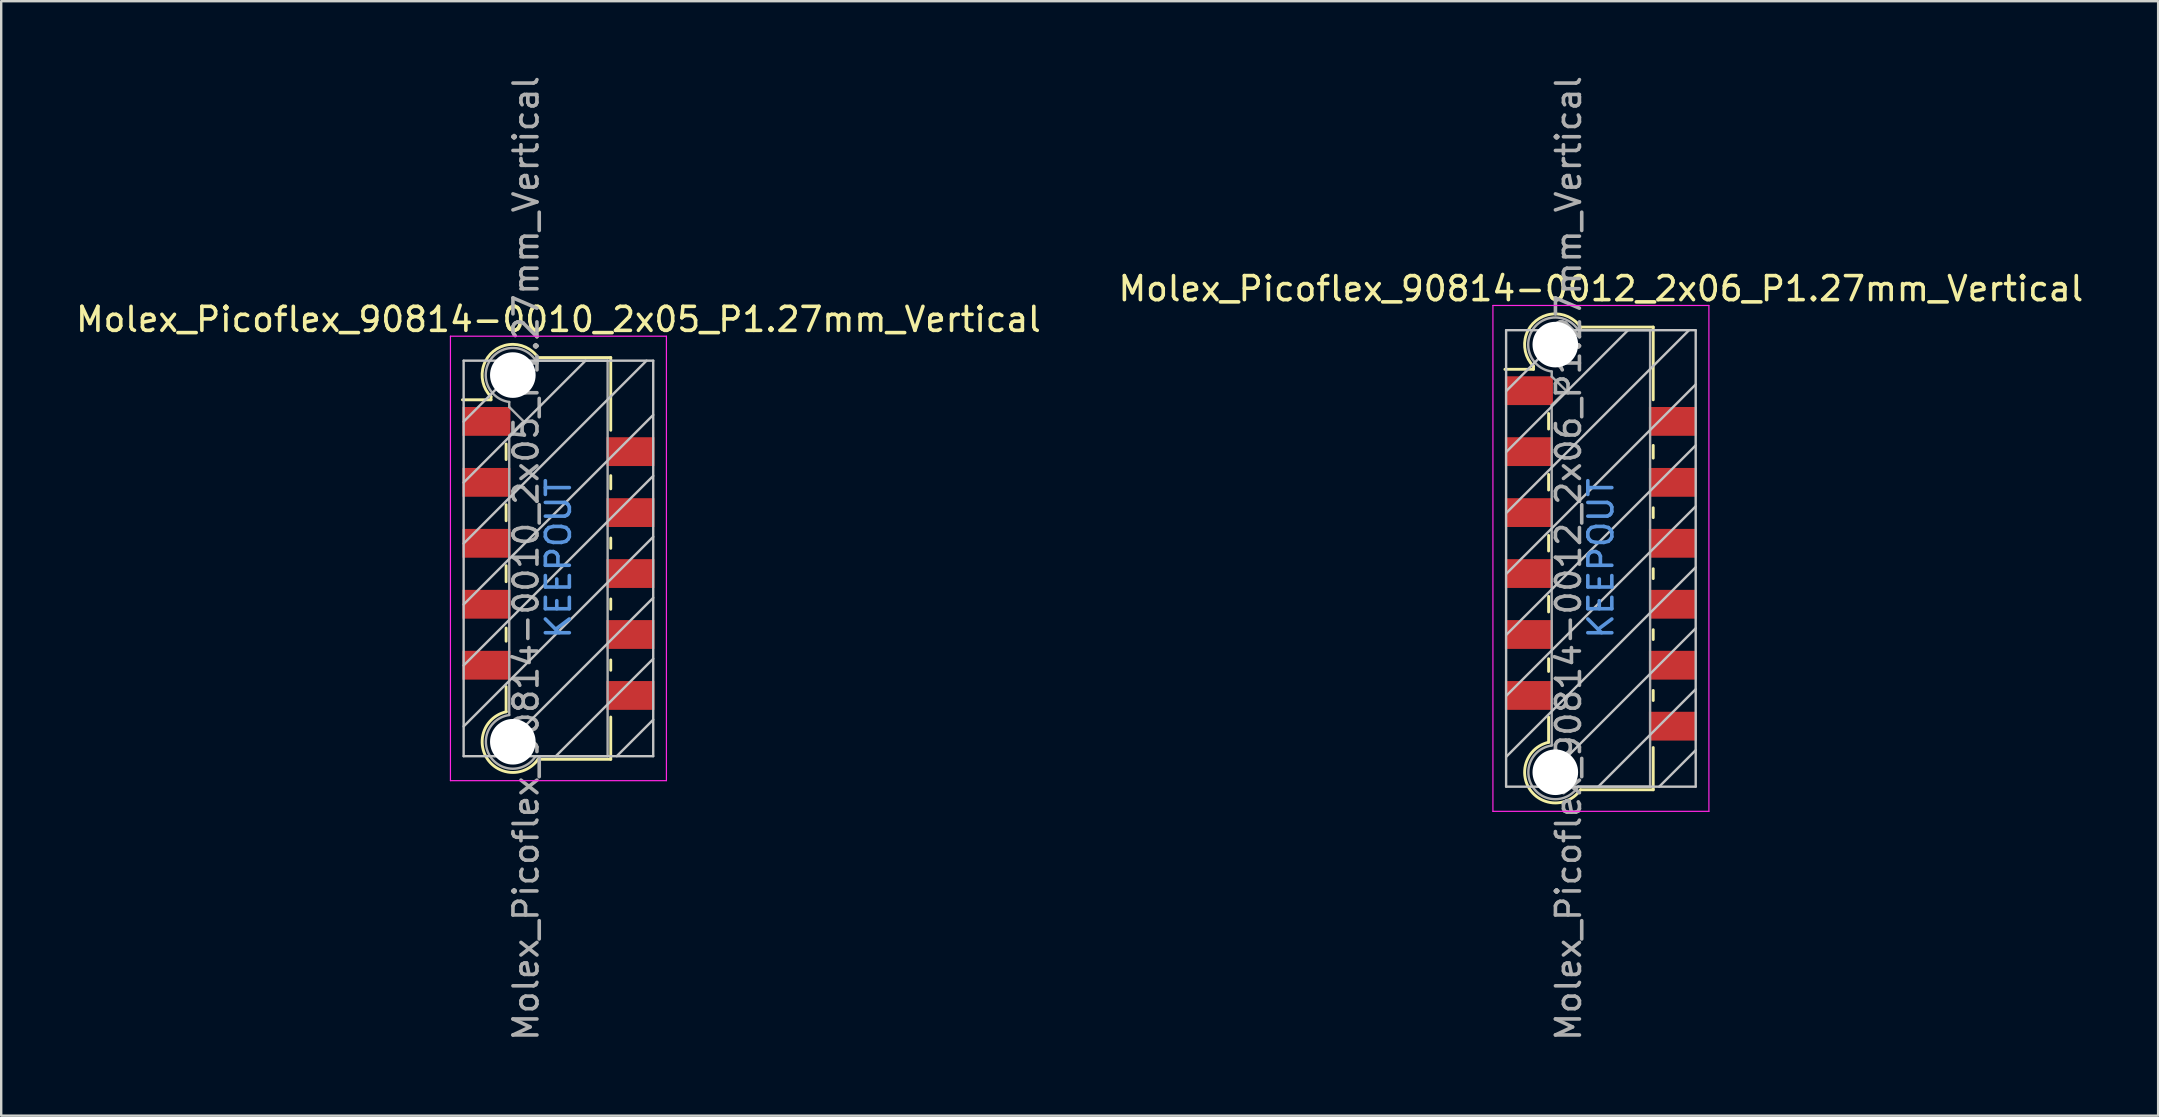
<source format=kicad_pcb>
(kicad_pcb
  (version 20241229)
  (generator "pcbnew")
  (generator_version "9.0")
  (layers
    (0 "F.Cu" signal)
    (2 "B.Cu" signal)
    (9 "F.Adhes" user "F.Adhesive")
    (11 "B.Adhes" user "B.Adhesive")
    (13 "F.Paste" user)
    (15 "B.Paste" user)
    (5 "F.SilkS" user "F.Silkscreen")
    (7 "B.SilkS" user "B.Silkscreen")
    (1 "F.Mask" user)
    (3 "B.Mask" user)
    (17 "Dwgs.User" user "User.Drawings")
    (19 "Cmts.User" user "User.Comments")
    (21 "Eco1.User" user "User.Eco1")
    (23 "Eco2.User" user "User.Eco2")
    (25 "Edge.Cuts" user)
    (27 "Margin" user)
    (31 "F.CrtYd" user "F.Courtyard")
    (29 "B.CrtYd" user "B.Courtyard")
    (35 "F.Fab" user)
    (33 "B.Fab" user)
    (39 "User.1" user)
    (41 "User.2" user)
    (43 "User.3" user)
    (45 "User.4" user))
  (footprint "Molex_Picoflex_90814-0010_2x05_P1.27mm_Vertical"
    (layer "F.Cu")
    (at 20.22 20.22)
    (property "Reference" "Molex_Picoflex_90814-0010_2x05_P1.27mm_Vertical" (at 0 -9.96 0) (layer "F.SilkS") (effects (font (size 1 1) (thickness 0.15))))
    (attr smd)
    (fp_line (start -2.81 -6.74) (end -2.81 -6.61) (stroke (width 0.12) (type solid)) (layer "F.SilkS"))
    (fp_line (start -2.81 -6.61) (end -4 -6.61) (stroke (width 0.12) (type solid)) (layer "F.SilkS"))
    (fp_line (start -2.18 -4.12) (end -2.18 -4.77) (stroke (width 0.12) (type solid)) (layer "F.SilkS"))
    (fp_line (start -2.18 -1.57) (end -2.18 -2.24) (stroke (width 0.12) (type solid)) (layer "F.SilkS"))
    (fp_line (start -2.18 0.97) (end -2.18 0.3) (stroke (width 0.12) (type solid)) (layer "F.SilkS"))
    (fp_line (start -2.18 3.45) (end -2.18 2.9) (stroke (width 0.12) (type solid)) (layer "F.SilkS"))
    (fp_line (start -2.18 6.39) (end -2.18 5.34) (stroke (width 0.12) (type solid)) (layer "F.SilkS"))
    (fp_line (start 2.18 -8.37) (end -0.82 -8.37) (stroke (width 0.12) (type solid)) (layer "F.SilkS"))
    (fp_line (start 2.18 -8.37) (end 2.18 -5.34) (stroke (width 0.12) (type solid)) (layer "F.SilkS"))
    (fp_line (start 2.18 -3.45) (end 2.18 -2.9) (stroke (width 0.12) (type solid)) (layer "F.SilkS"))
    (fp_line (start 2.18 -0.85) (end 2.18 -0.42) (stroke (width 0.12) (type solid)) (layer "F.SilkS"))
    (fp_line (start 2.18 1.69) (end 2.18 2.12) (stroke (width 0.12) (type solid)) (layer "F.SilkS"))
    (fp_line (start 2.18 4.23) (end 2.18 4.66) (stroke (width 0.12) (type solid)) (layer "F.SilkS"))
    (fp_line (start 2.18 6.61) (end 2.18 8.37) (stroke (width 0.12) (type solid)) (layer "F.SilkS"))
    (fp_line (start 2.18 8.37) (end -0.85 8.37) (stroke (width 0.12) (type solid)) (layer "F.SilkS"))
    (fp_arc (start -2.81 -6.74) (mid -2.708637 -8.632072) (end -0.834991 -8.349828) (stroke (width 0.12) (type solid)) (layer "F.SilkS"))
    (fp_arc (start -0.85 8.37) (mid -2.962791 8.351248) (end -2.174424 6.390964) (stroke (width 0.12) (type solid)) (layer "F.SilkS"))
    (fp_line (start -3.95 -8.24) (end -3.95 8.24) (stroke (width 0.1) (type solid)) (layer "Dwgs.User"))
    (fp_line (start -3.95 -5.7) (end -1.41 -8.24) (stroke (width 0.1) (type solid)) (layer "Dwgs.User"))
    (fp_line (start -3.95 -3.16) (end 1.13 -8.24) (stroke (width 0.1) (type solid)) (layer "Dwgs.User"))
    (fp_line (start -3.95 -0.62) (end 3.67 -8.24) (stroke (width 0.1) (type solid)) (layer "Dwgs.User"))
    (fp_line (start -3.95 1.92) (end 3.95 -5.98) (stroke (width 0.1) (type solid)) (layer "Dwgs.User"))
    (fp_line (start -3.95 4.46) (end 3.95 -3.44) (stroke (width 0.1) (type solid)) (layer "Dwgs.User"))
    (fp_line (start -3.95 7) (end 3.95 -0.9) (stroke (width 0.1) (type solid)) (layer "Dwgs.User"))
    (fp_line (start -3.95 8.24) (end 3.95 8.24) (stroke (width 0.1) (type solid)) (layer "Dwgs.User"))
    (fp_line (start -2.65 8.24) (end 3.95 1.64) (stroke (width 0.1) (type solid)) (layer "Dwgs.User"))
    (fp_line (start -0.11 8.24) (end 3.95 4.18) (stroke (width 0.1) (type solid)) (layer "Dwgs.User"))
    (fp_line (start 2.43 8.24) (end 3.95 6.72) (stroke (width 0.1) (type solid)) (layer "Dwgs.User"))
    (fp_line (start 3.95 -8.24) (end -3.95 -8.24) (stroke (width 0.1) (type solid)) (layer "Dwgs.User"))
    (fp_line (start 3.95 8.24) (end 3.95 -8.24) (stroke (width 0.1) (type solid)) (layer "Dwgs.User"))
    (fp_line (start -4.5 -9.26) (end -4.5 9.26) (stroke (width 0.05) (type solid)) (layer "F.CrtYd"))
    (fp_line (start -4.5 9.26) (end 4.5 9.26) (stroke (width 0.05) (type solid)) (layer "F.CrtYd"))
    (fp_line (start 4.5 -9.26) (end -4.5 -9.26) (stroke (width 0.05) (type solid)) (layer "F.CrtYd"))
    (fp_line (start 4.5 9.26) (end 4.5 -9.26) (stroke (width 0.05) (type solid)) (layer "F.CrtYd"))
    (fp_line (start -2.05 -6.31) (end -2.05 -6.52) (stroke (width 0.1) (type solid)) (layer "F.Fab"))
    (fp_line (start -2.05 -5.12) (end -1.45 -5.71) (stroke (width 0.1) (type solid)) (layer "F.Fab"))
    (fp_line (start -2.05 6.52) (end -2.05 -5.12) (stroke (width 0.1) (type solid)) (layer "F.Fab"))
    (fp_line (start -1.45 -5.71) (end -2.05 -6.31) (stroke (width 0.1) (type solid)) (layer "F.Fab"))
    (fp_line (start 2.05 -8.24) (end -0.93 -8.24) (stroke (width 0.1) (type solid)) (layer "F.Fab"))
    (fp_line (start 2.05 -8.24) (end 2.05 8.24) (stroke (width 0.1) (type solid)) (layer "F.Fab"))
    (fp_line (start 2.05 8.24) (end -0.95 8.24) (stroke (width 0.1) (type solid)) (layer "F.Fab"))
    (fp_arc (start -2.05 -6.52) (mid -2.851672 -8.249279) (end -0.945612 -8.245015) (stroke (width 0.1) (type solid)) (layer "F.Fab"))
    (fp_arc (start -0.95 8.24) (mid -2.845272 8.247422) (end -2.051022 6.526585) (stroke (width 0.1) (type solid)) (layer "F.Fab"))
    (fp_text user "KEEPOUT" (at 0 0 90) (layer "Cmts.User") (effects (font (size 1 1) (thickness 0.15))))
    (fp_text user "${REFERENCE}" (at -1.35 0 90) (layer "F.Fab") (effects (font (size 1 1) (thickness 0.15))))
    (pad "" np_thru_hole circle (at -1.9 -7.64) (size 1.9 1.9) (drill 1.9) (layers "*.Cu" "*.Mask"))
    (pad "" np_thru_hole circle (at -1.9 7.64) (size 1.9 1.9) (drill 1.9) (layers "*.Cu" "*.Mask"))
    (pad "1" smd rect (at -3 -5.71) (size 2 1.2) (layers "F.Cu" "F.Mask" "F.Paste"))
    (pad "2" smd rect (at 3 -4.45) (size 2 1.2) (layers "F.Cu" "F.Mask" "F.Paste"))
    (pad "3" smd rect (at -3 -3.17) (size 2 1.2) (layers "F.Cu" "F.Mask" "F.Paste"))
    (pad "4" smd rect (at 3 -1.91) (size 2 1.2) (layers "F.Cu" "F.Mask" "F.Paste"))
    (pad "5" smd rect (at -3 -0.63) (size 2 1.2) (layers "F.Cu" "F.Mask" "F.Paste"))
    (pad "6" smd rect (at 3 0.63) (size 2 1.2) (layers "F.Cu" "F.Mask" "F.Paste"))
    (pad "7" smd rect (at -3 1.91) (size 2 1.2) (layers "F.Cu" "F.Mask" "F.Paste"))
    (pad "8" smd rect (at 3 3.17) (size 2 1.2) (layers "F.Cu" "F.Mask" "F.Paste"))
    (pad "9" smd rect (at -3 4.45) (size 2 1.2) (layers "F.Cu" "F.Mask" "F.Paste"))
    (pad "10" smd rect (at 3 5.71) (size 2 1.2) (layers "F.Cu" "F.Mask" "F.Paste")))
  (footprint "Molex_Picoflex_90814-0012_2x06_P1.27mm_Vertical"
    (layer "F.Cu")
    (at 63.661 20.22)
    (property "Reference" "Molex_Picoflex_90814-0012_2x06_P1.27mm_Vertical" (at 0 -11.24 0) (layer "F.SilkS") (effects (font (size 1 1) (thickness 0.15))))
    (attr smd)
    (fp_line (start -2.81 -8.01) (end -2.81 -7.88) (stroke (width 0.12) (type solid)) (layer "F.SilkS"))
    (fp_line (start -2.81 -7.88) (end -4 -7.88) (stroke (width 0.12) (type solid)) (layer "F.SilkS"))
    (fp_line (start -2.18 -5.39) (end -2.18 -6.04) (stroke (width 0.12) (type solid)) (layer "F.SilkS"))
    (fp_line (start -2.18 -2.85) (end -2.18 -3.5) (stroke (width 0.12) (type solid)) (layer "F.SilkS"))
    (fp_line (start -2.18 -0.31) (end -2.18 -0.96) (stroke (width 0.12) (type solid)) (layer "F.SilkS"))
    (fp_line (start -2.18 2.23) (end -2.18 1.58) (stroke (width 0.12) (type solid)) (layer "F.SilkS"))
    (fp_line (start -2.18 4.71) (end -2.18 4.18) (stroke (width 0.12) (type solid)) (layer "F.SilkS"))
    (fp_line (start -2.18 7.66) (end -2.18 6.61) (stroke (width 0.12) (type solid)) (layer "F.SilkS"))
    (fp_line (start 2.18 -9.64) (end -0.82 -9.64) (stroke (width 0.12) (type solid)) (layer "F.SilkS"))
    (fp_line (start 2.18 -9.64) (end 2.18 -6.61) (stroke (width 0.12) (type solid)) (layer "F.SilkS"))
    (fp_line (start 2.18 -4.71) (end 2.18 -4.18) (stroke (width 0.12) (type solid)) (layer "F.SilkS"))
    (fp_line (start 2.18 -2.11) (end 2.18 -1.7) (stroke (width 0.12) (type solid)) (layer "F.SilkS"))
    (fp_line (start 2.18 0.43) (end 2.18 0.84) (stroke (width 0.12) (type solid)) (layer "F.SilkS"))
    (fp_line (start 2.18 2.97) (end 2.18 3.38) (stroke (width 0.12) (type solid)) (layer "F.SilkS"))
    (fp_line (start 2.18 5.5) (end 2.18 5.92) (stroke (width 0.12) (type solid)) (layer "F.SilkS"))
    (fp_line (start 2.18 7.88) (end 2.18 9.64) (stroke (width 0.12) (type solid)) (layer "F.SilkS"))
    (fp_line (start 2.18 9.64) (end -0.85 9.64) (stroke (width 0.12) (type solid)) (layer "F.SilkS"))
    (fp_arc (start -2.81 -8.01) (mid -2.708637 -9.902072) (end -0.834991 -9.619828) (stroke (width 0.12) (type solid)) (layer "F.SilkS"))
    (fp_arc (start -0.85 9.64) (mid -2.962791 9.621248) (end -2.174424 7.660964) (stroke (width 0.12) (type solid)) (layer "F.SilkS"))
    (fp_line (start -3.95 -9.51) (end -3.95 9.51) (stroke (width 0.1) (type solid)) (layer "Dwgs.User"))
    (fp_line (start -3.95 -6.97) (end -1.41 -9.51) (stroke (width 0.1) (type solid)) (layer "Dwgs.User"))
    (fp_line (start -3.95 -4.43) (end 1.13 -9.51) (stroke (width 0.1) (type solid)) (layer "Dwgs.User"))
    (fp_line (start -3.95 -1.89) (end 3.67 -9.51) (stroke (width 0.1) (type solid)) (layer "Dwgs.User"))
    (fp_line (start -3.95 0.65) (end 3.95 -7.25) (stroke (width 0.1) (type solid)) (layer "Dwgs.User"))
    (fp_line (start -3.95 3.19) (end 3.95 -4.71) (stroke (width 0.1) (type solid)) (layer "Dwgs.User"))
    (fp_line (start -3.95 5.73) (end 3.95 -2.17) (stroke (width 0.1) (type solid)) (layer "Dwgs.User"))
    (fp_line (start -3.95 8.27) (end 3.95 0.37) (stroke (width 0.1) (type solid)) (layer "Dwgs.User"))
    (fp_line (start -3.95 9.51) (end 3.95 9.51) (stroke (width 0.1) (type solid)) (layer "Dwgs.User"))
    (fp_line (start -2.65 9.51) (end 3.95 2.91) (stroke (width 0.1) (type solid)) (layer "Dwgs.User"))
    (fp_line (start -0.11 9.51) (end 3.95 5.45) (stroke (width 0.1) (type solid)) (layer "Dwgs.User"))
    (fp_line (start 2.43 9.51) (end 3.95 7.99) (stroke (width 0.1) (type solid)) (layer "Dwgs.User"))
    (fp_line (start 3.95 -9.51) (end -3.95 -9.51) (stroke (width 0.1) (type solid)) (layer "Dwgs.User"))
    (fp_line (start 3.95 9.51) (end 3.95 -9.51) (stroke (width 0.1) (type solid)) (layer "Dwgs.User"))
    (fp_line (start -4.5 -10.54) (end -4.5 10.54) (stroke (width 0.05) (type solid)) (layer "F.CrtYd"))
    (fp_line (start -4.5 10.54) (end 4.5 10.54) (stroke (width 0.05) (type solid)) (layer "F.CrtYd"))
    (fp_line (start 4.5 -10.54) (end -4.5 -10.54) (stroke (width 0.05) (type solid)) (layer "F.CrtYd"))
    (fp_line (start 4.5 10.54) (end 4.5 -10.54) (stroke (width 0.05) (type solid)) (layer "F.CrtYd"))
    (fp_line (start -2.05 -7.58) (end -2.05 -7.79) (stroke (width 0.1) (type solid)) (layer "F.Fab"))
    (fp_line (start -2.05 -6.39) (end -1.45 -6.99) (stroke (width 0.1) (type solid)) (layer "F.Fab"))
    (fp_line (start -2.05 7.79) (end -2.05 -6.39) (stroke (width 0.1) (type solid)) (layer "F.Fab"))
    (fp_line (start -1.45 -6.99) (end -2.05 -7.58) (stroke (width 0.1) (type solid)) (layer "F.Fab"))
    (fp_line (start 2.05 -9.51) (end -0.93 -9.51) (stroke (width 0.1) (type solid)) (layer "F.Fab"))
    (fp_line (start 2.05 -9.51) (end 2.05 9.51) (stroke (width 0.1) (type solid)) (layer "F.Fab"))
    (fp_line (start 2.05 9.51) (end -0.95 9.51) (stroke (width 0.1) (type solid)) (layer "F.Fab"))
    (fp_arc (start -2.05 -7.79) (mid -2.851672 -9.519279) (end -0.945612 -9.515015) (stroke (width 0.1) (type solid)) (layer "F.Fab"))
    (fp_arc (start -0.95 9.51) (mid -2.845272 9.517422) (end -2.051022 7.796585) (stroke (width 0.1) (type solid)) (layer "F.Fab"))
    (fp_text user "KEEPOUT" (at 0 0 90) (layer "Cmts.User") (effects (font (size 1 1) (thickness 0.15))))
    (fp_text user "${REFERENCE}" (at -1.35 0 90) (layer "F.Fab") (effects (font (size 1 1) (thickness 0.15))))
    (pad "" np_thru_hole circle (at -1.9 -8.91) (size 1.9 1.9) (drill 1.9) (layers "*.Cu" "*.Mask"))
    (pad "" np_thru_hole circle (at -1.9 8.91) (size 1.9 1.9) (drill 1.9) (layers "*.Cu" "*.Mask"))
    (pad "1" smd rect (at -3 -6.99) (size 2 1.2) (layers "F.Cu" "F.Mask" "F.Paste"))
    (pad "2" smd rect (at 3 -5.71) (size 2 1.2) (layers "F.Cu" "F.Mask" "F.Paste"))
    (pad "3" smd rect (at -3 -4.45) (size 2 1.2) (layers "F.Cu" "F.Mask" "F.Paste"))
    (pad "4" smd rect (at 3 -3.17) (size 2 1.2) (layers "F.Cu" "F.Mask" "F.Paste"))
    (pad "5" smd rect (at -3 -1.91) (size 2 1.2) (layers "F.Cu" "F.Mask" "F.Paste"))
    (pad "6" smd rect (at 3 -0.63) (size 2 1.2) (layers "F.Cu" "F.Mask" "F.Paste"))
    (pad "7" smd rect (at -3 0.63) (size 2 1.2) (layers "F.Cu" "F.Mask" "F.Paste"))
    (pad "8" smd rect (at 3 1.91) (size 2 1.2) (layers "F.Cu" "F.Mask" "F.Paste"))
    (pad "9" smd rect (at -3 3.17) (size 2 1.2) (layers "F.Cu" "F.Mask" "F.Paste"))
    (pad "10" smd rect (at 3 4.45) (size 2 1.2) (layers "F.Cu" "F.Mask" "F.Paste"))
    (pad "11" smd rect (at -3 5.71) (size 2 1.2) (layers "F.Cu" "F.Mask" "F.Paste"))
    (pad "12" smd rect (at 3 6.99) (size 2 1.2) (layers "F.Cu" "F.Mask" "F.Paste")))
  (gr_rect
    (start -3 -3)
    (end 86.881 43.44)
    (stroke (width 0.1) (type default))
    (fill no)
    (layer "Edge.Cuts")))
</source>
